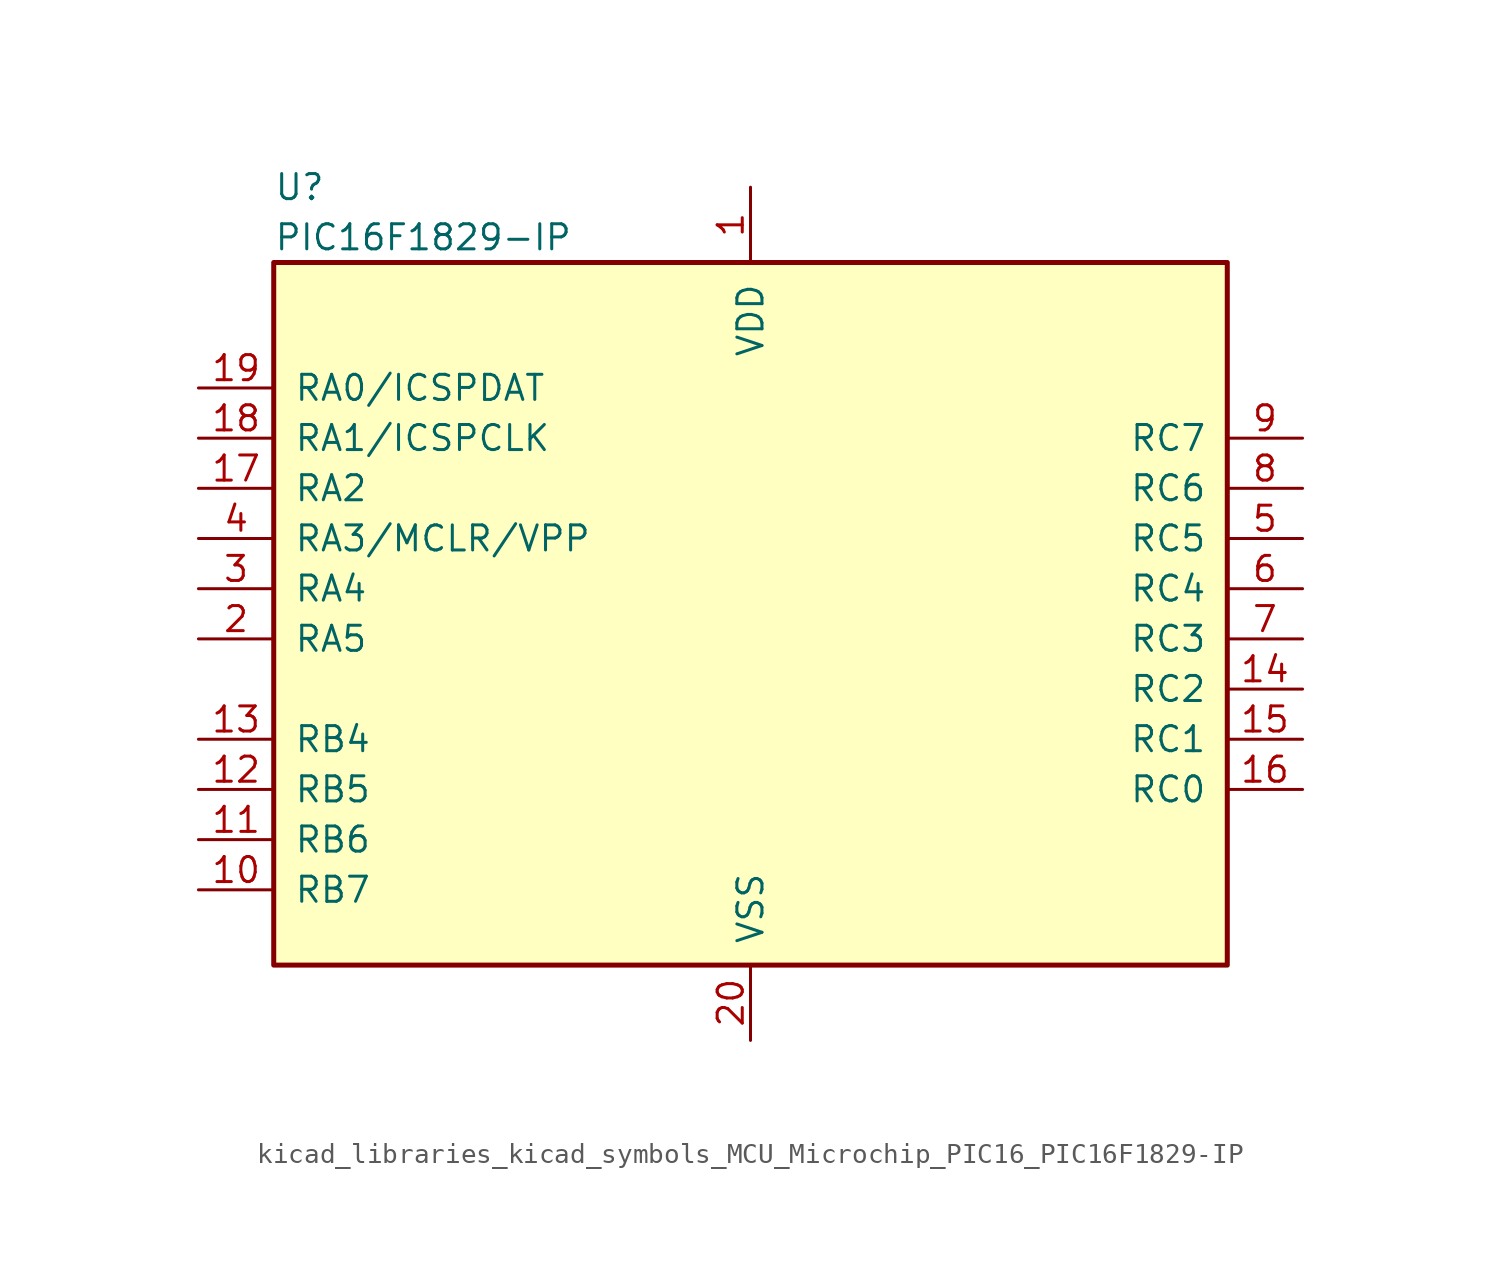
<source format=kicad_sym>
(kicad_symbol_lib
  (version 20220914)
  (generator kicad_symbol_editor)
  (symbol "kicad_libraries_kicad_symbols_MCU_Microchip_PIC16_PIC16F1829-IP"
    (pin_names
      (offset 1.016))
    (property "Reference" "U"
      (at -24.13 22.86 0)
      (effects (font (size 1.27 1.27)) (justify left)))
    (property "Value" "PIC16F1829-IP"
      (at -24.13 20.32 0)
      (effects (font (size 1.27 1.27)) (justify left)))
    (symbol "kicad_libraries_kicad_symbols_MCU_Microchip_PIC16_PIC16F1829-IP_0_1"
      (rectangle (start -24.13 19.05) (end 24.13 -16.51) (stroke (width 0.254) (type default)) (fill (type background))))
    (symbol "kicad_libraries_kicad_symbols_MCU_Microchip_PIC16_PIC16F1829-IP_1_1"
      (pin power_in line (at 0 22.86 270) (length 3.81) (name "VDD" (effects (font (size 1.27 1.27)))) (number "1" (effects (font (size 1.27 1.27)))))
      (pin bidirectional line (at -27.94 -12.7 0) (length 3.81) (name "RB7" (effects (font (size 1.27 1.27)))) (number "10" (effects (font (size 1.27 1.27)))))
      (pin bidirectional line (at -27.94 -10.16 0) (length 3.81) (name "RB6" (effects (font (size 1.27 1.27)))) (number "11" (effects (font (size 1.27 1.27)))))
      (pin bidirectional line (at -27.94 -7.62 0) (length 3.81) (name "RB5" (effects (font (size 1.27 1.27)))) (number "12" (effects (font (size 1.27 1.27)))))
      (pin bidirectional line (at -27.94 -5.08 0) (length 3.81) (name "RB4" (effects (font (size 1.27 1.27)))) (number "13" (effects (font (size 1.27 1.27)))))
      (pin bidirectional line (at 27.94 -2.54 180) (length 3.81) (name "RC2" (effects (font (size 1.27 1.27)))) (number "14" (effects (font (size 1.27 1.27)))))
      (pin bidirectional line (at 27.94 -5.08 180) (length 3.81) (name "RC1" (effects (font (size 1.27 1.27)))) (number "15" (effects (font (size 1.27 1.27)))))
      (pin bidirectional line (at 27.94 -7.62 180) (length 3.81) (name "RC0" (effects (font (size 1.27 1.27)))) (number "16" (effects (font (size 1.27 1.27)))))
      (pin bidirectional line (at -27.94 7.62 0) (length 3.81) (name "RA2" (effects (font (size 1.27 1.27)))) (number "17" (effects (font (size 1.27 1.27)))))
      (pin bidirectional line (at -27.94 10.16 0) (length 3.81) (name "RA1/ICSPCLK" (effects (font (size 1.27 1.27)))) (number "18" (effects (font (size 1.27 1.27)))))
      (pin bidirectional line (at -27.94 12.7 0) (length 3.81) (name "RA0/ICSPDAT" (effects (font (size 1.27 1.27)))) (number "19" (effects (font (size 1.27 1.27)))))
      (pin bidirectional line (at -27.94 0 0) (length 3.81) (name "RA5" (effects (font (size 1.27 1.27)))) (number "2" (effects (font (size 1.27 1.27)))))
      (pin power_in line (at 0 -20.32 90) (length 3.81) (name "VSS" (effects (font (size 1.27 1.27)))) (number "20" (effects (font (size 1.27 1.27)))))
      (pin bidirectional line (at -27.94 2.54 0) (length 3.81) (name "RA4" (effects (font (size 1.27 1.27)))) (number "3" (effects (font (size 1.27 1.27)))))
      (pin bidirectional line (at -27.94 5.08 0) (length 3.81) (name "RA3/MCLR/VPP" (effects (font (size 1.27 1.27)))) (number "4" (effects (font (size 1.27 1.27)))))
      (pin bidirectional line (at 27.94 5.08 180) (length 3.81) (name "RC5" (effects (font (size 1.27 1.27)))) (number "5" (effects (font (size 1.27 1.27)))))
      (pin bidirectional line (at 27.94 2.54 180) (length 3.81) (name "RC4" (effects (font (size 1.27 1.27)))) (number "6" (effects (font (size 1.27 1.27)))))
      (pin bidirectional line (at 27.94 0 180) (length 3.81) (name "RC3" (effects (font (size 1.27 1.27)))) (number "7" (effects (font (size 1.27 1.27)))))
      (pin bidirectional line (at 27.94 7.62 180) (length 3.81) (name "RC6" (effects (font (size 1.27 1.27)))) (number "8" (effects (font (size 1.27 1.27)))))
      (pin bidirectional line (at 27.94 10.16 180) (length 3.81) (name "RC7" (effects (font (size 1.27 1.27)))) (number "9" (effects (font (size 1.27 1.27))))))))
</source>
